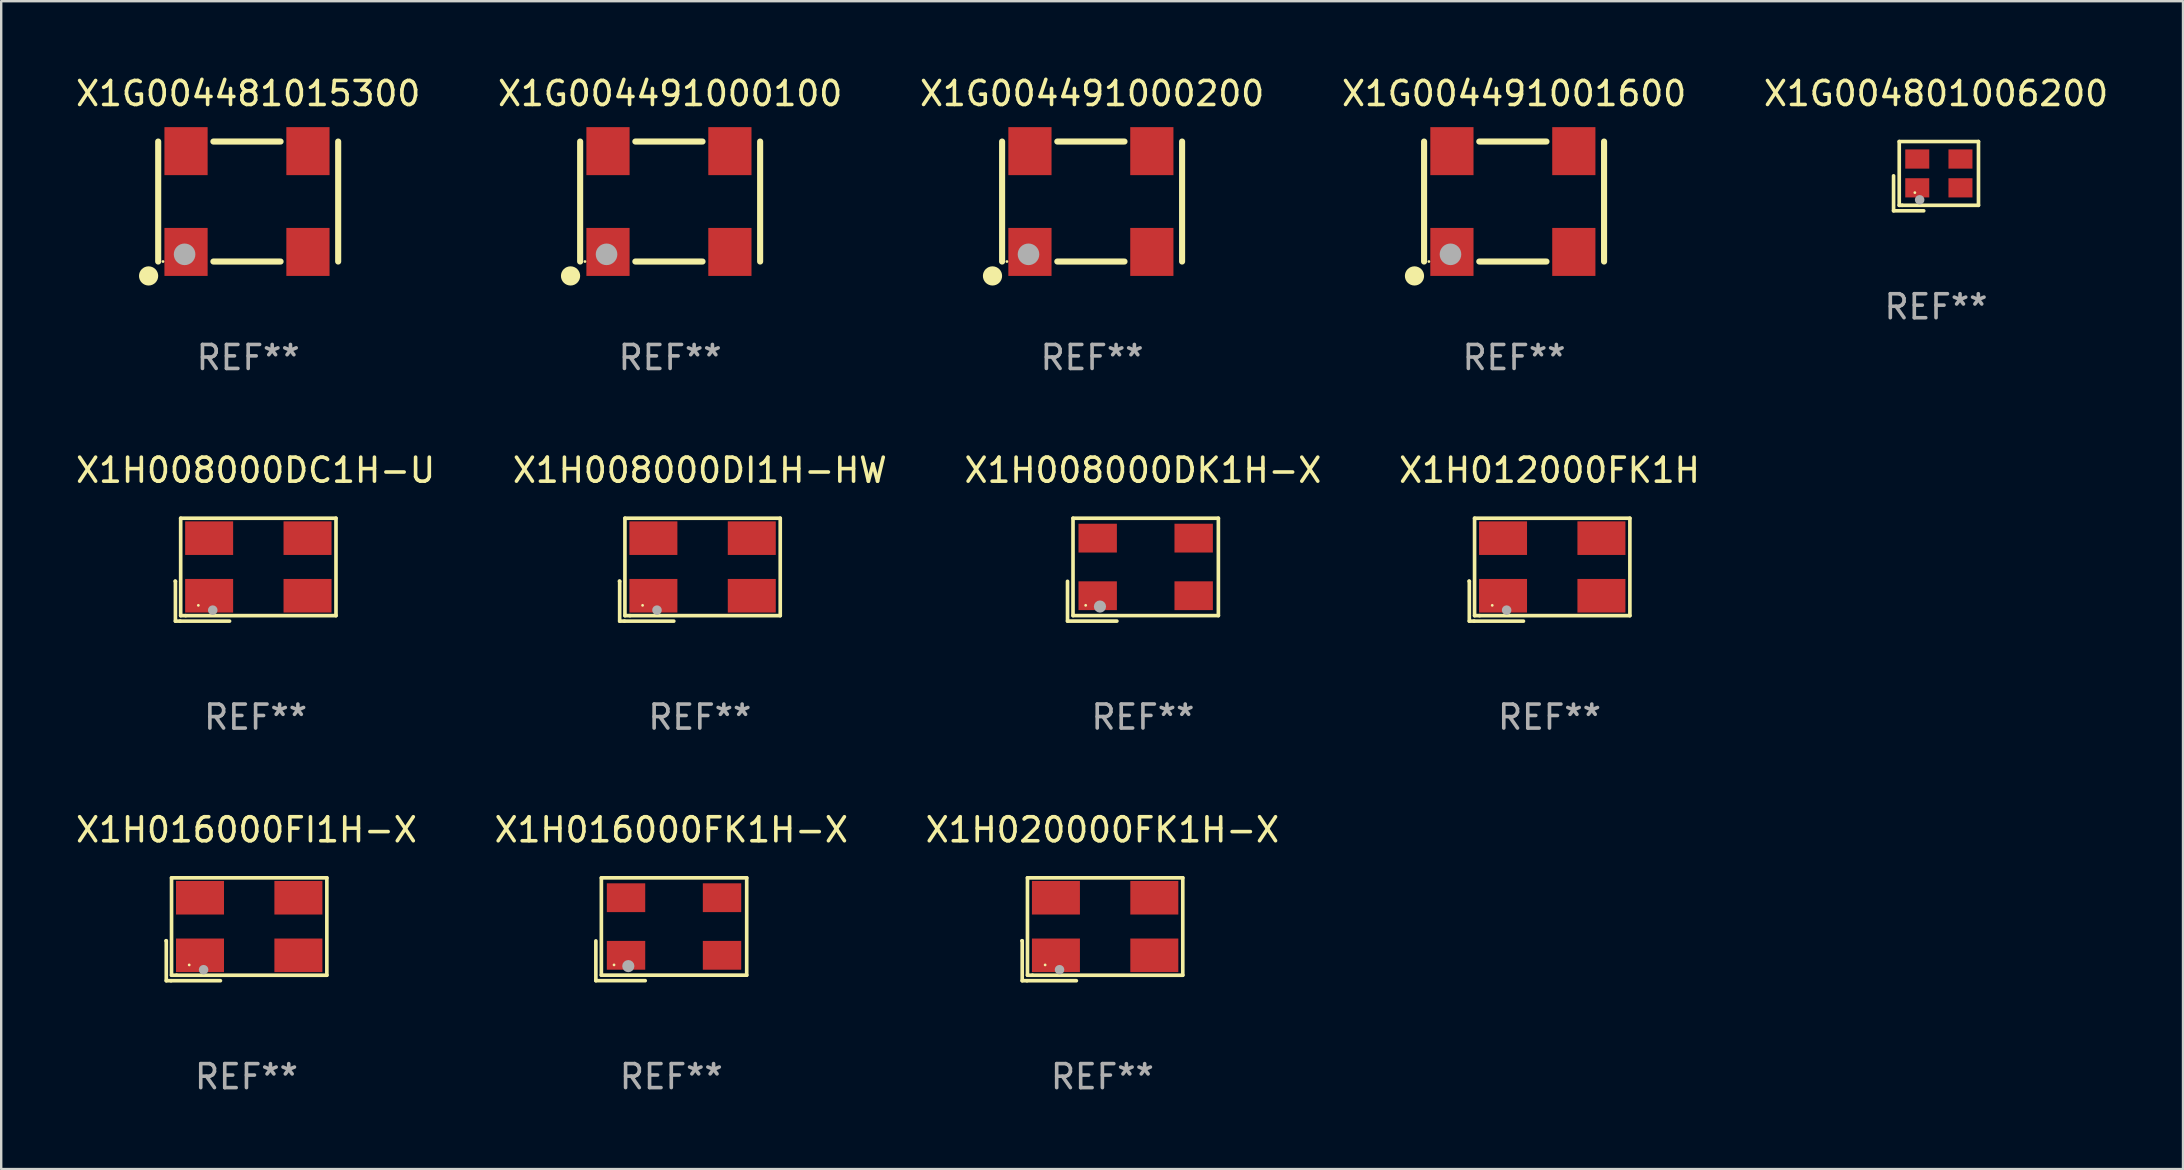
<source format=kicad_pcb>
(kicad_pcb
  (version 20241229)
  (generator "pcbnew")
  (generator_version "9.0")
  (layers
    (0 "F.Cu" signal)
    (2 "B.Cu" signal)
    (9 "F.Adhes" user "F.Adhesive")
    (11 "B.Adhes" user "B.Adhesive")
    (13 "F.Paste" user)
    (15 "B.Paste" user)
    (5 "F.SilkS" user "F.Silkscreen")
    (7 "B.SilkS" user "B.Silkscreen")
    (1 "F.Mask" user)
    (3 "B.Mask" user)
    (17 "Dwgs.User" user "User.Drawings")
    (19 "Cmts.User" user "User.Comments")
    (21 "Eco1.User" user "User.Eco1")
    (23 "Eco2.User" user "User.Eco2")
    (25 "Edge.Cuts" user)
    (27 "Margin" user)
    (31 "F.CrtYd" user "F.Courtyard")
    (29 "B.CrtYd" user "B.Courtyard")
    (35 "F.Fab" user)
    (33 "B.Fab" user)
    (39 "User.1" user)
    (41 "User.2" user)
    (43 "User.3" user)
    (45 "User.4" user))
  (footprint "X1G004481015300"
    (layer "F.Cu")
    (at 7.292 5.348)
    (property "Reference" "X1G004481015300" (at 0 -4.5 0) (layer "F.SilkS") (effects (font (size 1 1) (thickness 0.15))))
    (attr through_hole)
    (fp_line (start -3.75 -2.5) (end -3.75 2.5) (stroke (width 0.254) (type solid)) (layer "F.SilkS"))
    (fp_line (start -1.45 -2.5) (end 1.35 -2.5) (stroke (width 0.254) (type solid)) (layer "F.SilkS"))
    (fp_line (start -1.45 2.5) (end 1.35 2.5) (stroke (width 0.254) (type solid)) (layer "F.SilkS"))
    (fp_line (start 3.75 -2.5) (end 3.75 2.5) (stroke (width 0.254) (type solid)) (layer "F.SilkS"))
    (fp_circle (center -4.15 3.1) (end -3.95 3.1) (stroke (width 0.4) (type solid)) (fill no) (layer "F.SilkS"))
    (fp_circle (center -3.55 2.5) (end -3.52 2.5) (stroke (width 0.06) (type solid)) (fill no) (layer "F.SilkS"))
    (fp_circle (center -2.65 2.2) (end -2.425 2.2) (stroke (width 0.45) (type solid)) (fill no) (layer "F.Fab"))
    (fp_text user "REF**" (at 0 6.5 0) (layer "F.Fab") (effects (font (size 1 1) (thickness 0.15))))
    (pad "1" smd rect (at -2.59 2.1) (size 1.8 2) (layers "F.Cu" "F.Mask" "F.Paste"))
    (pad "2" smd rect (at 2.49 2.1) (size 1.8 2) (layers "F.Cu" "F.Mask" "F.Paste"))
    (pad "3" smd rect (at 2.49 -2.1) (size 1.8 2) (layers "F.Cu" "F.Mask" "F.Paste"))
    (pad "4" smd rect (at -2.59 -2.1) (size 1.8 2) (layers "F.Cu" "F.Mask" "F.Paste")))
  (footprint "X1G004491000200"
    (layer "F.Cu")
    (at 42.458 5.348)
    (property "Reference" "X1G004491000200" (at 0 -4.5 0) (layer "F.SilkS") (effects (font (size 1 1) (thickness 0.15))))
    (attr through_hole)
    (fp_line (start -3.75 -2.5) (end -3.75 2.5) (stroke (width 0.254) (type solid)) (layer "F.SilkS"))
    (fp_line (start -1.45 -2.5) (end 1.35 -2.5) (stroke (width 0.254) (type solid)) (layer "F.SilkS"))
    (fp_line (start -1.45 2.5) (end 1.35 2.5) (stroke (width 0.254) (type solid)) (layer "F.SilkS"))
    (fp_line (start 3.75 -2.5) (end 3.75 2.5) (stroke (width 0.254) (type solid)) (layer "F.SilkS"))
    (fp_circle (center -4.15 3.1) (end -3.95 3.1) (stroke (width 0.4) (type solid)) (fill no) (layer "F.SilkS"))
    (fp_circle (center -3.55 2.5) (end -3.52 2.5) (stroke (width 0.06) (type solid)) (fill no) (layer "F.SilkS"))
    (fp_circle (center -2.65 2.2) (end -2.425 2.2) (stroke (width 0.45) (type solid)) (fill no) (layer "F.Fab"))
    (fp_text user "REF**" (at 0 6.5 0) (layer "F.Fab") (effects (font (size 1 1) (thickness 0.15))))
    (pad "1" smd rect (at -2.59 2.1) (size 1.8 2) (layers "F.Cu" "F.Mask" "F.Paste"))
    (pad "2" smd rect (at 2.49 2.1) (size 1.8 2) (layers "F.Cu" "F.Mask" "F.Paste"))
    (pad "3" smd rect (at 2.49 -2.1) (size 1.8 2) (layers "F.Cu" "F.Mask" "F.Paste"))
    (pad "4" smd rect (at -2.59 -2.1) (size 1.8 2) (layers "F.Cu" "F.Mask" "F.Paste")))
  (footprint "X1G004801006200"
    (layer "F.Cu")
    (at 77.625 4.291)
    (property "Reference" "X1G004801006200" (at 0 -3.443 0) (layer "F.SilkS") (effects (font (size 1 1) (thickness 0.15))))
    (attr through_hole)
    (fp_line (start -1.769 -0.014) (end -1.769 1.443) (stroke (width 0.152) (type solid)) (layer "F.SilkS"))
    (fp_line (start -1.769 1.443) (end -0.512 1.443) (stroke (width 0.152) (type solid)) (layer "F.SilkS"))
    (fp_line (start -1.533 -1.443) (end 1.769 -1.443) (stroke (width 0.152) (type solid)) (layer "F.SilkS"))
    (fp_line (start -1.533 1.214) (end -1.533 -1.443) (stroke (width 0.152) (type solid)) (layer "F.SilkS"))
    (fp_line (start -1.411 1.214) (end -1.533 1.214) (stroke (width 0.152) (type solid)) (layer "F.SilkS"))
    (fp_line (start 1.769 -1.443) (end 1.769 1.214) (stroke (width 0.152) (type solid)) (layer "F.SilkS"))
    (fp_line (start 1.769 1.214) (end -1.411 1.214) (stroke (width 0.152) (type solid)) (layer "F.SilkS"))
    (fp_circle (center -0.882 0.686) (end -0.852 0.686) (stroke (width 0.06) (type solid)) (fill no) (layer "F.SilkS"))
    (fp_circle (center -0.682 0.986) (end -0.582 0.986) (stroke (width 0.2) (type solid)) (fill no) (layer "F.Fab"))
    (fp_text user "REF**" (at 0 5.443 0) (layer "F.Fab") (effects (font (size 1 1) (thickness 0.15))))
    (pad "1" smd rect (at -0.782 0.486 90) (size 0.8 1) (layers "F.Cu" "F.Mask" "F.Paste"))
    (pad "2" smd rect (at 1.018 0.486 90) (size 0.8 1) (layers "F.Cu" "F.Mask" "F.Paste"))
    (pad "3" smd rect (at 1.018 -0.714 90) (size 0.8 1) (layers "F.Cu" "F.Mask" "F.Paste"))
    (pad "4" smd rect (at -0.782 -0.714 90) (size 0.8 1) (layers "F.Cu" "F.Mask" "F.Paste")))
  (footprint "X1G004491001600"
    (layer "F.Cu")
    (at 60.042 5.348)
    (property "Reference" "X1G004491001600" (at 0 -4.5 0) (layer "F.SilkS") (effects (font (size 1 1) (thickness 0.15))))
    (attr through_hole)
    (fp_line (start -3.75 -2.5) (end -3.75 2.5) (stroke (width 0.254) (type solid)) (layer "F.SilkS"))
    (fp_line (start -1.45 -2.5) (end 1.35 -2.5) (stroke (width 0.254) (type solid)) (layer "F.SilkS"))
    (fp_line (start -1.45 2.5) (end 1.35 2.5) (stroke (width 0.254) (type solid)) (layer "F.SilkS"))
    (fp_line (start 3.75 -2.5) (end 3.75 2.5) (stroke (width 0.254) (type solid)) (layer "F.SilkS"))
    (fp_circle (center -4.15 3.1) (end -3.95 3.1) (stroke (width 0.4) (type solid)) (fill no) (layer "F.SilkS"))
    (fp_circle (center -3.55 2.5) (end -3.52 2.5) (stroke (width 0.06) (type solid)) (fill no) (layer "F.SilkS"))
    (fp_circle (center -2.65 2.2) (end -2.425 2.2) (stroke (width 0.45) (type solid)) (fill no) (layer "F.Fab"))
    (fp_text user "REF**" (at 0 6.5 0) (layer "F.Fab") (effects (font (size 1 1) (thickness 0.15))))
    (pad "1" smd rect (at -2.59 2.1) (size 1.8 2) (layers "F.Cu" "F.Mask" "F.Paste"))
    (pad "2" smd rect (at 2.49 2.1) (size 1.8 2) (layers "F.Cu" "F.Mask" "F.Paste"))
    (pad "3" smd rect (at 2.49 -2.1) (size 1.8 2) (layers "F.Cu" "F.Mask" "F.Paste"))
    (pad "4" smd rect (at -2.59 -2.1) (size 1.8 2) (layers "F.Cu" "F.Mask" "F.Paste")))
  (footprint "X1H008000DI1H-HW"
    (layer "F.Cu")
    (at 26.113 20.689)
    (property "Reference" "X1H008000DI1H-HW" (at 0 -4.144 0) (layer "F.SilkS") (effects (font (size 1 1) (thickness 0.15))))
    (attr through_hole)
    (fp_line (start -3.35 0.476) (end -3.341 0.485) (stroke (width 0.152) (type solid)) (layer "F.SilkS"))
    (fp_line (start -3.341 0.485) (end -3.341 2.144) (stroke (width 0.152) (type solid)) (layer "F.SilkS"))
    (fp_line (start -3.341 2.144) (end -3.143 2.144) (stroke (width 0.152) (type solid)) (layer "F.SilkS"))
    (fp_line (start -3.143 2.144) (end -1.085 2.144) (stroke (width 0.152) (type solid)) (layer "F.SilkS"))
    (fp_line (start -3.122 -2.144) (end 3.35 -2.144) (stroke (width 0.152) (type solid)) (layer "F.SilkS"))
    (fp_line (start -3.122 1.915) (end -3.122 -2.144) (stroke (width 0.152) (type solid)) (layer "F.SilkS"))
    (fp_line (start -2.914 1.915) (end -3.122 1.915) (stroke (width 0.152) (type solid)) (layer "F.SilkS"))
    (fp_line (start 3.35 -2.144) (end 3.35 1.915) (stroke (width 0.152) (type solid)) (layer "F.SilkS"))
    (fp_line (start 3.35 1.915) (end -2.914 1.915) (stroke (width 0.152) (type solid)) (layer "F.SilkS"))
    (fp_circle (center -2.386 1.486) (end -2.356 1.486) (stroke (width 0.06) (type solid)) (fill no) (layer "F.SilkS"))
    (fp_circle (center -1.786 1.686) (end -1.686 1.686) (stroke (width 0.2) (type solid)) (fill no) (layer "F.Fab"))
    (fp_text user "REF**" (at 0 6.144 0) (layer "F.Fab") (effects (font (size 1 1) (thickness 0.15))))
    (pad "1" smd rect (at -1.936 1.086) (size 2 1.4) (layers "F.Cu" "F.Mask" "F.Paste"))
    (pad "2" smd rect (at 2.164 1.086) (size 2 1.4) (layers "F.Cu" "F.Mask" "F.Paste"))
    (pad "3" smd rect (at 2.164 -1.314) (size 2 1.4) (layers "F.Cu" "F.Mask" "F.Paste"))
    (pad "4" smd rect (at -1.936 -1.314) (size 2 1.4) (layers "F.Cu" "F.Mask" "F.Paste")))
  (footprint "X1H016000FI1H-X"
    (layer "F.Cu")
    (at 7.22 35.673)
    (property "Reference" "X1H016000FI1H-X" (at 0 -4.144 0) (layer "F.SilkS") (effects (font (size 1 1) (thickness 0.15))))
    (attr through_hole)
    (fp_line (start -3.35 0.476) (end -3.341 0.485) (stroke (width 0.152) (type solid)) (layer "F.SilkS"))
    (fp_line (start -3.341 0.485) (end -3.341 2.144) (stroke (width 0.152) (type solid)) (layer "F.SilkS"))
    (fp_line (start -3.341 2.144) (end -3.143 2.144) (stroke (width 0.152) (type solid)) (layer "F.SilkS"))
    (fp_line (start -3.143 2.144) (end -1.085 2.144) (stroke (width 0.152) (type solid)) (layer "F.SilkS"))
    (fp_line (start -3.122 -2.144) (end 3.35 -2.144) (stroke (width 0.152) (type solid)) (layer "F.SilkS"))
    (fp_line (start -3.122 1.915) (end -3.122 -2.144) (stroke (width 0.152) (type solid)) (layer "F.SilkS"))
    (fp_line (start -2.914 1.915) (end -3.122 1.915) (stroke (width 0.152) (type solid)) (layer "F.SilkS"))
    (fp_line (start 3.35 -2.144) (end 3.35 1.915) (stroke (width 0.152) (type solid)) (layer "F.SilkS"))
    (fp_line (start 3.35 1.915) (end -2.914 1.915) (stroke (width 0.152) (type solid)) (layer "F.SilkS"))
    (fp_circle (center -2.386 1.486) (end -2.356 1.486) (stroke (width 0.06) (type solid)) (fill no) (layer "F.SilkS"))
    (fp_circle (center -1.786 1.686) (end -1.686 1.686) (stroke (width 0.2) (type solid)) (fill no) (layer "F.Fab"))
    (fp_text user "REF**" (at 0 6.144 0) (layer "F.Fab") (effects (font (size 1 1) (thickness 0.15))))
    (pad "1" smd rect (at -1.936 1.086) (size 2 1.4) (layers "F.Cu" "F.Mask" "F.Paste"))
    (pad "2" smd rect (at 2.164 1.086) (size 2 1.4) (layers "F.Cu" "F.Mask" "F.Paste"))
    (pad "3" smd rect (at 2.164 -1.314) (size 2 1.4) (layers "F.Cu" "F.Mask" "F.Paste"))
    (pad "4" smd rect (at -1.936 -1.314) (size 2 1.4) (layers "F.Cu" "F.Mask" "F.Paste")))
  (footprint "X1H008000DC1H-U"
    (layer "F.Cu")
    (at 7.601 20.689)
    (property "Reference" "X1H008000DC1H-U" (at 0 -4.144 0) (layer "F.SilkS") (effects (font (size 1 1) (thickness 0.15))))
    (attr through_hole)
    (fp_line (start -3.35 0.476) (end -3.341 0.485) (stroke (width 0.152) (type solid)) (layer "F.SilkS"))
    (fp_line (start -3.341 0.485) (end -3.341 2.144) (stroke (width 0.152) (type solid)) (layer "F.SilkS"))
    (fp_line (start -3.341 2.144) (end -3.143 2.144) (stroke (width 0.152) (type solid)) (layer "F.SilkS"))
    (fp_line (start -3.143 2.144) (end -1.085 2.144) (stroke (width 0.152) (type solid)) (layer "F.SilkS"))
    (fp_line (start -3.122 -2.144) (end 3.35 -2.144) (stroke (width 0.152) (type solid)) (layer "F.SilkS"))
    (fp_line (start -3.122 1.915) (end -3.122 -2.144) (stroke (width 0.152) (type solid)) (layer "F.SilkS"))
    (fp_line (start -2.914 1.915) (end -3.122 1.915) (stroke (width 0.152) (type solid)) (layer "F.SilkS"))
    (fp_line (start 3.35 -2.144) (end 3.35 1.915) (stroke (width 0.152) (type solid)) (layer "F.SilkS"))
    (fp_line (start 3.35 1.915) (end -2.914 1.915) (stroke (width 0.152) (type solid)) (layer "F.SilkS"))
    (fp_circle (center -2.386 1.486) (end -2.356 1.486) (stroke (width 0.06) (type solid)) (fill no) (layer "F.SilkS"))
    (fp_circle (center -1.786 1.686) (end -1.686 1.686) (stroke (width 0.2) (type solid)) (fill no) (layer "F.Fab"))
    (fp_text user "REF**" (at 0 6.144 0) (layer "F.Fab") (effects (font (size 1 1) (thickness 0.15))))
    (pad "1" smd rect (at -1.936 1.086) (size 2 1.4) (layers "F.Cu" "F.Mask" "F.Paste"))
    (pad "2" smd rect (at 2.164 1.086) (size 2 1.4) (layers "F.Cu" "F.Mask" "F.Paste"))
    (pad "3" smd rect (at 2.164 -1.314) (size 2 1.4) (layers "F.Cu" "F.Mask" "F.Paste"))
    (pad "4" smd rect (at -1.936 -1.314) (size 2 1.4) (layers "F.Cu" "F.Mask" "F.Paste")))
  (footprint "X1H008000DK1H-X"
    (layer "F.Cu")
    (at 44.577 20.688)
    (property "Reference" "X1H008000DK1H-X" (at 0 -4.143 0) (layer "F.SilkS") (effects (font (size 1 1) (thickness 0.15))))
    (attr through_hole)
    (fp_line (start -3.143 0.486) (end -3.143 2.143) (stroke (width 0.152) (type solid)) (layer "F.SilkS"))
    (fp_line (start -3.143 2.143) (end -1.086 2.143) (stroke (width 0.152) (type solid)) (layer "F.SilkS"))
    (fp_line (start -2.914 -2.143) (end 3.143 -2.143) (stroke (width 0.152) (type solid)) (layer "F.SilkS"))
    (fp_line (start -2.914 1.914) (end -2.914 -2.143) (stroke (width 0.152) (type solid)) (layer "F.SilkS"))
    (fp_line (start 3.143 -2.143) (end 3.143 1.914) (stroke (width 0.152) (type solid)) (layer "F.SilkS"))
    (fp_line (start 3.143 1.914) (end -2.914 1.914) (stroke (width 0.152) (type solid)) (layer "F.SilkS"))
    (fp_circle (center -2.386 1.486) (end -2.356 1.486) (stroke (width 0.06) (type solid)) (fill no) (layer "F.SilkS"))
    (fp_circle (center -1.791 1.537) (end -1.664 1.537) (stroke (width 0.254) (type solid)) (fill no) (layer "F.Fab"))
    (fp_text user "REF**" (at 0 6.143 0) (layer "F.Fab") (effects (font (size 1 1) (thickness 0.15))))
    (pad "1" smd rect (at -1.886 1.086) (size 1.6 1.2) (layers "F.Cu" "F.Mask" "F.Paste"))
    (pad "2" smd rect (at 2.114 1.086) (size 1.6 1.2) (layers "F.Cu" "F.Mask" "F.Paste"))
    (pad "3" smd rect (at 2.114 -1.314) (size 1.6 1.2) (layers "F.Cu" "F.Mask" "F.Paste"))
    (pad "4" smd rect (at -1.886 -1.314) (size 1.6 1.2) (layers "F.Cu" "F.Mask" "F.Paste")))
  (footprint "X1H016000FK1H-X"
    (layer "F.Cu")
    (at 24.923 35.672)
    (property "Reference" "X1H016000FK1H-X" (at 0 -4.143 0) (layer "F.SilkS") (effects (font (size 1 1) (thickness 0.15))))
    (attr through_hole)
    (fp_line (start -3.143 0.486) (end -3.143 2.143) (stroke (width 0.152) (type solid)) (layer "F.SilkS"))
    (fp_line (start -3.143 2.143) (end -1.086 2.143) (stroke (width 0.152) (type solid)) (layer "F.SilkS"))
    (fp_line (start -2.914 -2.143) (end 3.143 -2.143) (stroke (width 0.152) (type solid)) (layer "F.SilkS"))
    (fp_line (start -2.914 1.914) (end -2.914 -2.143) (stroke (width 0.152) (type solid)) (layer "F.SilkS"))
    (fp_line (start 3.143 -2.143) (end 3.143 1.914) (stroke (width 0.152) (type solid)) (layer "F.SilkS"))
    (fp_line (start 3.143 1.914) (end -2.914 1.914) (stroke (width 0.152) (type solid)) (layer "F.SilkS"))
    (fp_circle (center -2.386 1.486) (end -2.356 1.486) (stroke (width 0.06) (type solid)) (fill no) (layer "F.SilkS"))
    (fp_circle (center -1.791 1.537) (end -1.664 1.537) (stroke (width 0.254) (type solid)) (fill no) (layer "F.Fab"))
    (fp_text user "REF**" (at 0 6.143 0) (layer "F.Fab") (effects (font (size 1 1) (thickness 0.15))))
    (pad "1" smd rect (at -1.886 1.086) (size 1.6 1.2) (layers "F.Cu" "F.Mask" "F.Paste"))
    (pad "2" smd rect (at 2.114 1.086) (size 1.6 1.2) (layers "F.Cu" "F.Mask" "F.Paste"))
    (pad "3" smd rect (at 2.114 -1.314) (size 1.6 1.2) (layers "F.Cu" "F.Mask" "F.Paste"))
    (pad "4" smd rect (at -1.886 -1.314) (size 1.6 1.2) (layers "F.Cu" "F.Mask" "F.Paste")))
  (footprint "X1G004491000100"
    (layer "F.Cu")
    (at 24.875 5.348)
    (property "Reference" "X1G004491000100" (at 0 -4.5 0) (layer "F.SilkS") (effects (font (size 1 1) (thickness 0.15))))
    (attr through_hole)
    (fp_line (start -3.75 -2.5) (end -3.75 2.5) (stroke (width 0.254) (type solid)) (layer "F.SilkS"))
    (fp_line (start -1.45 -2.5) (end 1.35 -2.5) (stroke (width 0.254) (type solid)) (layer "F.SilkS"))
    (fp_line (start -1.45 2.5) (end 1.35 2.5) (stroke (width 0.254) (type solid)) (layer "F.SilkS"))
    (fp_line (start 3.75 -2.5) (end 3.75 2.5) (stroke (width 0.254) (type solid)) (layer "F.SilkS"))
    (fp_circle (center -4.15 3.1) (end -3.95 3.1) (stroke (width 0.4) (type solid)) (fill no) (layer "F.SilkS"))
    (fp_circle (center -3.55 2.5) (end -3.52 2.5) (stroke (width 0.06) (type solid)) (fill no) (layer "F.SilkS"))
    (fp_circle (center -2.65 2.2) (end -2.425 2.2) (stroke (width 0.45) (type solid)) (fill no) (layer "F.Fab"))
    (fp_text user "REF**" (at 0 6.5 0) (layer "F.Fab") (effects (font (size 1 1) (thickness 0.15))))
    (pad "1" smd rect (at -2.59 2.1) (size 1.8 2) (layers "F.Cu" "F.Mask" "F.Paste"))
    (pad "2" smd rect (at 2.49 2.1) (size 1.8 2) (layers "F.Cu" "F.Mask" "F.Paste"))
    (pad "3" smd rect (at 2.49 -2.1) (size 1.8 2) (layers "F.Cu" "F.Mask" "F.Paste"))
    (pad "4" smd rect (at -2.59 -2.1) (size 1.8 2) (layers "F.Cu" "F.Mask" "F.Paste")))
  (footprint "X1H012000FK1H"
    (layer "F.Cu")
    (at 61.518 20.689)
    (property "Reference" "X1H012000FK1H" (at 0 -4.144 0) (layer "F.SilkS") (effects (font (size 1 1) (thickness 0.15))))
    (attr through_hole)
    (fp_line (start -3.35 0.476) (end -3.341 0.485) (stroke (width 0.152) (type solid)) (layer "F.SilkS"))
    (fp_line (start -3.341 0.485) (end -3.341 2.144) (stroke (width 0.152) (type solid)) (layer "F.SilkS"))
    (fp_line (start -3.341 2.144) (end -3.143 2.144) (stroke (width 0.152) (type solid)) (layer "F.SilkS"))
    (fp_line (start -3.143 2.144) (end -1.085 2.144) (stroke (width 0.152) (type solid)) (layer "F.SilkS"))
    (fp_line (start -3.122 -2.144) (end 3.35 -2.144) (stroke (width 0.152) (type solid)) (layer "F.SilkS"))
    (fp_line (start -3.122 1.915) (end -3.122 -2.144) (stroke (width 0.152) (type solid)) (layer "F.SilkS"))
    (fp_line (start -2.914 1.915) (end -3.122 1.915) (stroke (width 0.152) (type solid)) (layer "F.SilkS"))
    (fp_line (start 3.35 -2.144) (end 3.35 1.915) (stroke (width 0.152) (type solid)) (layer "F.SilkS"))
    (fp_line (start 3.35 1.915) (end -2.914 1.915) (stroke (width 0.152) (type solid)) (layer "F.SilkS"))
    (fp_circle (center -2.386 1.486) (end -2.356 1.486) (stroke (width 0.06) (type solid)) (fill no) (layer "F.SilkS"))
    (fp_circle (center -1.786 1.686) (end -1.686 1.686) (stroke (width 0.2) (type solid)) (fill no) (layer "F.Fab"))
    (fp_text user "REF**" (at 0 6.144 0) (layer "F.Fab") (effects (font (size 1 1) (thickness 0.15))))
    (pad "1" smd rect (at -1.936 1.086) (size 2 1.4) (layers "F.Cu" "F.Mask" "F.Paste"))
    (pad "2" smd rect (at 2.164 1.086) (size 2 1.4) (layers "F.Cu" "F.Mask" "F.Paste"))
    (pad "3" smd rect (at 2.164 -1.314) (size 2 1.4) (layers "F.Cu" "F.Mask" "F.Paste"))
    (pad "4" smd rect (at -1.936 -1.314) (size 2 1.4) (layers "F.Cu" "F.Mask" "F.Paste")))
  (footprint "X1H020000FK1H-X"
    (layer "F.Cu")
    (at 42.887 35.673)
    (property "Reference" "X1H020000FK1H-X" (at 0 -4.144 0) (layer "F.SilkS") (effects (font (size 1 1) (thickness 0.15))))
    (attr through_hole)
    (fp_line (start -3.35 0.476) (end -3.341 0.485) (stroke (width 0.152) (type solid)) (layer "F.SilkS"))
    (fp_line (start -3.341 0.485) (end -3.341 2.144) (stroke (width 0.152) (type solid)) (layer "F.SilkS"))
    (fp_line (start -3.341 2.144) (end -3.143 2.144) (stroke (width 0.152) (type solid)) (layer "F.SilkS"))
    (fp_line (start -3.143 2.144) (end -1.085 2.144) (stroke (width 0.152) (type solid)) (layer "F.SilkS"))
    (fp_line (start -3.122 -2.144) (end 3.35 -2.144) (stroke (width 0.152) (type solid)) (layer "F.SilkS"))
    (fp_line (start -3.122 1.915) (end -3.122 -2.144) (stroke (width 0.152) (type solid)) (layer "F.SilkS"))
    (fp_line (start -2.914 1.915) (end -3.122 1.915) (stroke (width 0.152) (type solid)) (layer "F.SilkS"))
    (fp_line (start 3.35 -2.144) (end 3.35 1.915) (stroke (width 0.152) (type solid)) (layer "F.SilkS"))
    (fp_line (start 3.35 1.915) (end -2.914 1.915) (stroke (width 0.152) (type solid)) (layer "F.SilkS"))
    (fp_circle (center -2.386 1.486) (end -2.356 1.486) (stroke (width 0.06) (type solid)) (fill no) (layer "F.SilkS"))
    (fp_circle (center -1.786 1.686) (end -1.686 1.686) (stroke (width 0.2) (type solid)) (fill no) (layer "F.Fab"))
    (fp_text user "REF**" (at 0 6.144 0) (layer "F.Fab") (effects (font (size 1 1) (thickness 0.15))))
    (pad "1" smd rect (at -1.936 1.086) (size 2 1.4) (layers "F.Cu" "F.Mask" "F.Paste"))
    (pad "2" smd rect (at 2.164 1.086) (size 2 1.4) (layers "F.Cu" "F.Mask" "F.Paste"))
    (pad "3" smd rect (at 2.164 -1.314) (size 2 1.4) (layers "F.Cu" "F.Mask" "F.Paste"))
    (pad "4" smd rect (at -1.936 -1.314) (size 2 1.4) (layers "F.Cu" "F.Mask" "F.Paste")))
  (gr_rect
    (start -3 -3)
    (end 87.917 45.665)
    (stroke (width 0.1) (type default))
    (fill no)
    (layer "Edge.Cuts")))
</source>
